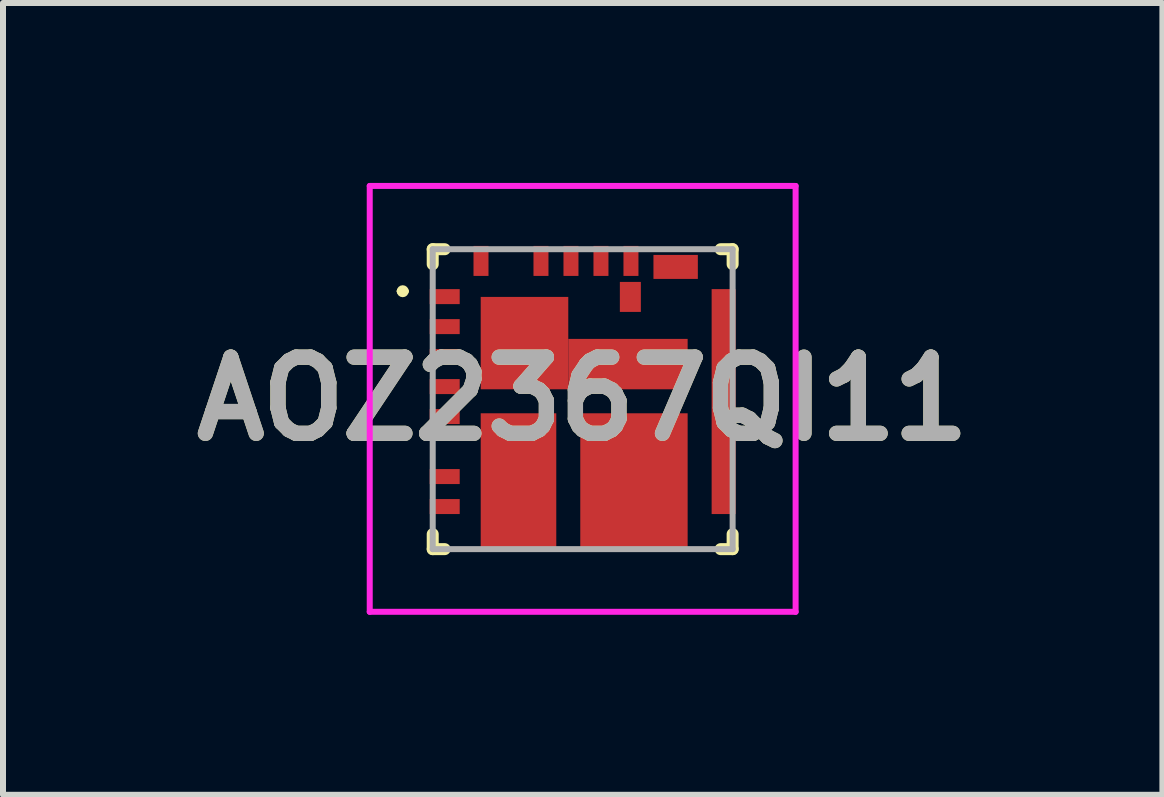
<source format=kicad_pcb>
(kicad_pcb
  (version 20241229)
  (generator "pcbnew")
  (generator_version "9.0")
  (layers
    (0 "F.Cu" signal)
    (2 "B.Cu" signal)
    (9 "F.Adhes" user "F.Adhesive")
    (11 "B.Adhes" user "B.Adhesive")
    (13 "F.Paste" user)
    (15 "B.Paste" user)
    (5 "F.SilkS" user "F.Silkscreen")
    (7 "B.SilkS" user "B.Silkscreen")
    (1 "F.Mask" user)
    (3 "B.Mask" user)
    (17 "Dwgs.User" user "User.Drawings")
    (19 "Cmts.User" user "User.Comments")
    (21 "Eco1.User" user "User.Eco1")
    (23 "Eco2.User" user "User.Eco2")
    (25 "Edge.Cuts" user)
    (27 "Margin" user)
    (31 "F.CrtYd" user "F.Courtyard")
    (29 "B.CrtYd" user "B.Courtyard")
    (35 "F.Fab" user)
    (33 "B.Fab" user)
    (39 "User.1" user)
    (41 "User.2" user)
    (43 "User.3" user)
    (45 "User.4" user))
  (footprint "AOZ2367QI11"
    (layer "F.Cu")
    (at 6.714 3.605)
    (property "Reference" "AOZ2367QI11" (at -0.05 -0.005 0) (layer "F.SilkS") (effects (font (size 1.27 1.27) (thickness 0.254))))
    (attr smd)
    (fp_line (start -3.1 -1.8) (end -3.1 -1.8) (stroke (width 0.1) (type solid)) (layer "F.SilkS"))
    (fp_line (start -3 -1.8) (end -3 -1.8) (stroke (width 0.1) (type solid)) (layer "F.SilkS"))
    (fp_line (start -2.55 -2.5) (end -2.35 -2.5) (stroke (width 0.2) (type solid)) (layer "F.SilkS"))
    (fp_line (start -2.55 -2.25) (end -2.55 -2.5) (stroke (width 0.2) (type solid)) (layer "F.SilkS"))
    (fp_line (start -2.55 2.25) (end -2.55 2.5) (stroke (width 0.2) (type solid)) (layer "F.SilkS"))
    (fp_line (start -2.55 2.5) (end -2.35 2.5) (stroke (width 0.2) (type solid)) (layer "F.SilkS"))
    (fp_line (start 2.25 -2.5) (end 2.45 -2.5) (stroke (width 0.2) (type solid)) (layer "F.SilkS"))
    (fp_line (start 2.25 2.5) (end 2.45 2.5) (stroke (width 0.2) (type solid)) (layer "F.SilkS"))
    (fp_line (start 2.45 -2.5) (end 2.45 -2.25) (stroke (width 0.2) (type solid)) (layer "F.SilkS"))
    (fp_line (start 2.45 2.5) (end 2.45 2.25) (stroke (width 0.2) (type solid)) (layer "F.SilkS"))
    (fp_arc (start -3.1 -1.8) (mid -3.05 -1.85) (end -3 -1.8) (stroke (width 0.1) (type solid)) (layer "F.SilkS"))
    (fp_arc (start -3 -1.8) (mid -3.05 -1.75) (end -3.1 -1.8) (stroke (width 0.1) (type solid)) (layer "F.SilkS"))
    (fp_line (start -3.6 -3.555) (end 3.5 -3.555) (stroke (width 0.1) (type solid)) (layer "F.CrtYd"))
    (fp_line (start -3.6 3.545) (end -3.6 -3.555) (stroke (width 0.1) (type solid)) (layer "F.CrtYd"))
    (fp_line (start 3.5 -3.555) (end 3.5 3.545) (stroke (width 0.1) (type solid)) (layer "F.CrtYd"))
    (fp_line (start 3.5 3.545) (end -3.6 3.545) (stroke (width 0.1) (type solid)) (layer "F.CrtYd"))
    (fp_line (start -2.55 -2.5) (end 2.45 -2.5) (stroke (width 0.1) (type solid)) (layer "F.Fab"))
    (fp_line (start -2.55 2.5) (end -2.55 -2.5) (stroke (width 0.1) (type solid)) (layer "F.Fab"))
    (fp_line (start 2.45 -2.5) (end 2.45 2.5) (stroke (width 0.1) (type solid)) (layer "F.Fab"))
    (fp_line (start 2.45 2.5) (end -2.55 2.5) (stroke (width 0.1) (type solid)) (layer "F.Fab"))
    (fp_text user "${REFERENCE}" (at -0.05 -0.005 0) (layer "F.Fab") (effects (font (size 1.27 1.27) (thickness 0.254))))
    (pad "1" smd rect (at -2.35 -1.71 90) (size 0.25 0.5) (layers "F.Cu" "F.Mask" "F.Paste"))
    (pad "2" smd rect (at -2.35 -1.21 90) (size 0.25 0.5) (layers "F.Cu" "F.Mask" "F.Paste"))
    (pad "3" smd rect (at -2.35 -0.71 90) (size 0.25 0.5) (layers "F.Cu" "F.Mask" "F.Paste"))
    (pad "4" smd rect (at -2.35 -0.21 90) (size 0.25 0.5) (layers "F.Cu" "F.Mask" "F.Paste"))
    (pad "5" smd rect (at -2.35 0.29 90) (size 0.25 0.5) (layers "F.Cu" "F.Mask" "F.Paste"))
    (pad "6" smd rect (at -2.35 1.29 90) (size 0.25 0.5) (layers "F.Cu" "F.Mask" "F.Paste"))
    (pad "7" smd rect (at -2.35 1.79 90) (size 0.25 0.5) (layers "F.Cu" "F.Mask" "F.Paste"))
    (pad "8" smd rect (at -1.12 1.39) (size 1.26 2.31) (layers "F.Cu" "F.Mask" "F.Paste"))
    (pad "11" smd rect (at 0.805 1.39) (size 1.79 2.31) (layers "F.Cu" "F.Mask" "F.Paste"))
    (pad "12" smd rect (at 0.705 -0.585 90) (size 0.84 1.99) (layers "F.Cu" "F.Mask" "F.Paste"))
    (pad "13" smd rect (at -1.02 -0.935) (size 1.46 1.54) (layers "F.Cu" "F.Mask" "F.Paste"))
    (pad "14" smd rect (at 2.3 0.04) (size 0.4 3.75) (layers "F.Cu" "F.Mask" "F.Paste"))
    (pad "22" smd rect (at 1.5 -2.205 90) (size 0.4 0.74) (layers "F.Cu" "F.Mask" "F.Paste"))
    (pad "24" smd rect (at 0.755 -2.305) (size 0.25 0.5) (layers "F.Cu" "F.Mask" "F.Paste"))
    (pad "25" smd rect (at 0.255 -2.305) (size 0.25 0.5) (layers "F.Cu" "F.Mask" "F.Paste"))
    (pad "26" smd rect (at -0.245 -2.305) (size 0.25 0.5) (layers "F.Cu" "F.Mask" "F.Paste"))
    (pad "27" smd rect (at -0.745 -2.305) (size 0.25 0.5) (layers "F.Cu" "F.Mask" "F.Paste"))
    (pad "28" smd rect (at -1.745 -2.305) (size 0.25 0.5) (layers "F.Cu" "F.Mask" "F.Paste"))
    (pad "29" smd rect (at 0.745 -1.705) (size 0.35 0.5) (layers "F.Cu" "F.Mask" "F.Paste")))
  (gr_rect
    (start -3 -3)
    (end 16.329 10.2)
    (stroke (width 0.1) (type default))
    (fill no)
    (layer "Edge.Cuts")))
</source>
